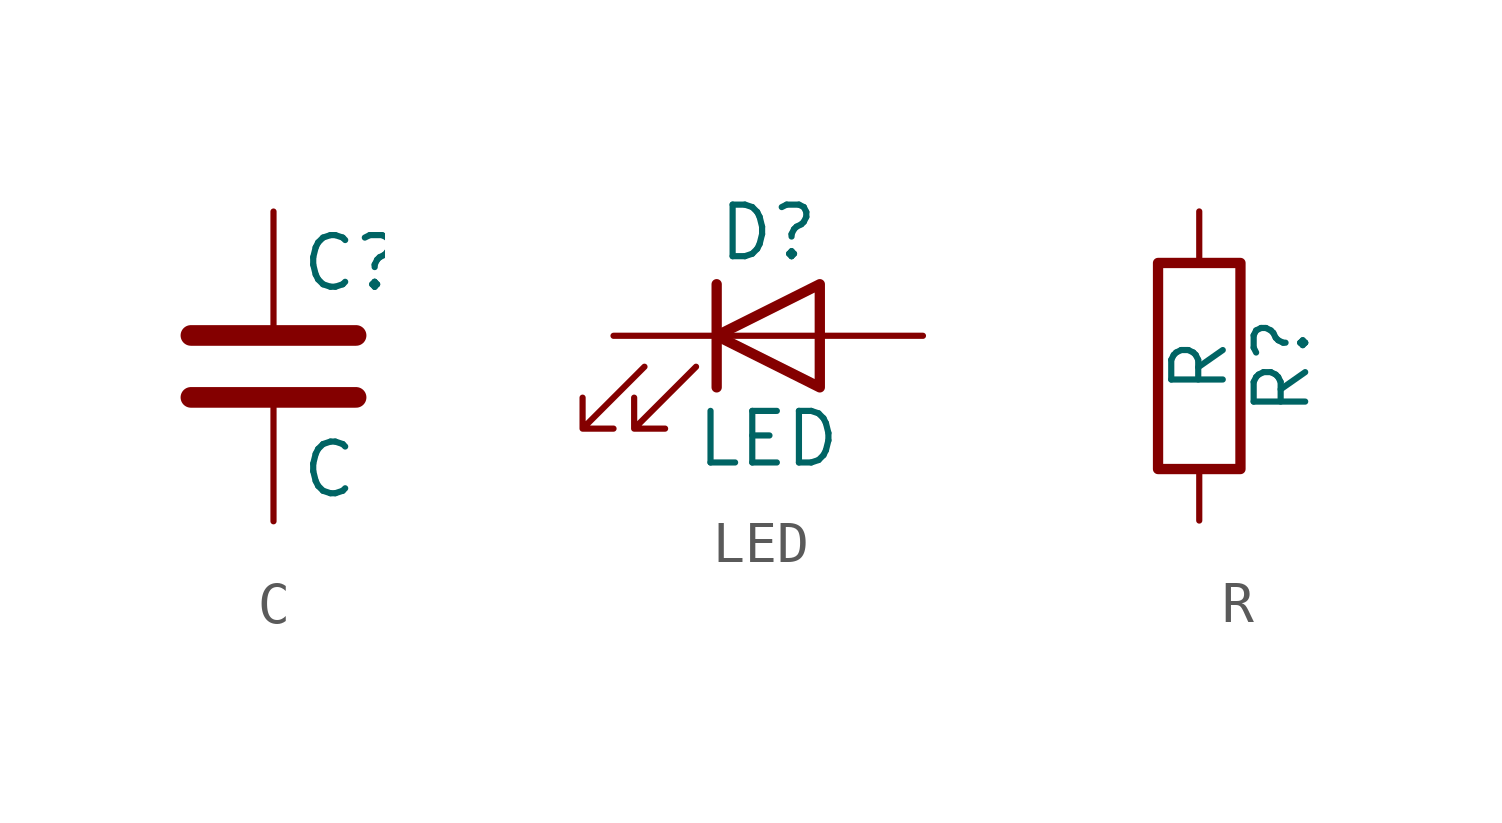
<source format=kicad_sym>
(kicad_symbol_lib
  (version 20220914)
  (generator KiBot)
  (symbol "Device:C"
    (pin_numbers hide)
    (pin_names
      (offset 0.254))
    (property "Reference" "C"
      (at 0.635 2.54 0)
      (effects (font (size 1.27 1.27)) (justify left)))
    (property "Value" "C"
      (at 0.635 -2.54 0)
      (effects (font (size 1.27 1.27)) (justify left)))
    (symbol "C_0_1"
      (polyline (pts (xy -2.032 -0.762) (xy 2.032 -0.762)) (stroke (width 0.508) (type default)) (fill (type none)))
      (polyline (pts (xy -2.032 0.762) (xy 2.032 0.762)) (stroke (width 0.508) (type default)) (fill (type none))))
    (symbol "C_1_1"
      (pin passive line (at 0 3.81 270) (length 2.794) (name "~" (effects (font (size 1.27 1.27)))) (number "1" (effects (font (size 1.27 1.27)))))
      (pin passive line (at 0 -3.81 90) (length 2.794) (name "~" (effects (font (size 1.27 1.27)))) (number "2" (effects (font (size 1.27 1.27)))))))
  (symbol "Device:LED"
    (pin_numbers hide)
    (pin_names
      (offset 1.016) hide)
    (property "Reference" "D"
      (at 0 2.54 0)
      (effects (font (size 1.27 1.27))))
    (property "Value" "LED"
      (at 0 -2.54 0)
      (effects (font (size 1.27 1.27))))
    (symbol "LED_0_1"
      (polyline (pts (xy -1.27 -1.27) (xy -1.27 1.27)) (stroke (width 0.254) (type default)) (fill (type none)))
      (polyline (pts (xy -1.27 0) (xy 1.27 0)) (stroke (width 0) (type default)) (fill (type none)))
      (polyline (pts (xy 1.27 -1.27) (xy 1.27 1.27) (xy -1.27 0) (xy 1.27 -1.27)) (stroke (width 0.254) (type default)) (fill (type none)))
      (polyline (pts (xy -3.048 -0.762) (xy -4.572 -2.286) (xy -3.81 -2.286) (xy -4.572 -2.286) (xy -4.572 -1.524)) (stroke (width 0) (type default)) (fill (type none)))
      (polyline (pts (xy -1.778 -0.762) (xy -3.302 -2.286) (xy -2.54 -2.286) (xy -3.302 -2.286) (xy -3.302 -1.524)) (stroke (width 0) (type default)) (fill (type none))))
    (symbol "LED_1_1"
      (pin passive line (at -3.81 0 0) (length 2.54) (name "K" (effects (font (size 1.27 1.27)))) (number "1" (effects (font (size 1.27 1.27)))))
      (pin passive line (at 3.81 0 180) (length 2.54) (name "A" (effects (font (size 1.27 1.27)))) (number "2" (effects (font (size 1.27 1.27)))))))
  (symbol "Device:R"
    (pin_numbers hide)
    (pin_names
      (offset 0))
    (property "Reference" "R"
      (at 2.032 0 90)
      (effects (font (size 1.27 1.27))))
    (property "Value" "R"
      (at 0 0 90)
      (effects (font (size 1.27 1.27))))
    (symbol "R_0_1"
      (rectangle (start -1.016 -2.54) (end 1.016 2.54) (stroke (width 0.254) (type default)) (fill (type none))))
    (symbol "R_1_1"
      (pin passive line (at 0 3.81 270) (length 1.27) (name "~" (effects (font (size 1.27 1.27)))) (number "1" (effects (font (size 1.27 1.27)))))
      (pin passive line (at 0 -3.81 90) (length 1.27) (name "~" (effects (font (size 1.27 1.27)))) (number "2" (effects (font (size 1.27 1.27))))))))
</source>
